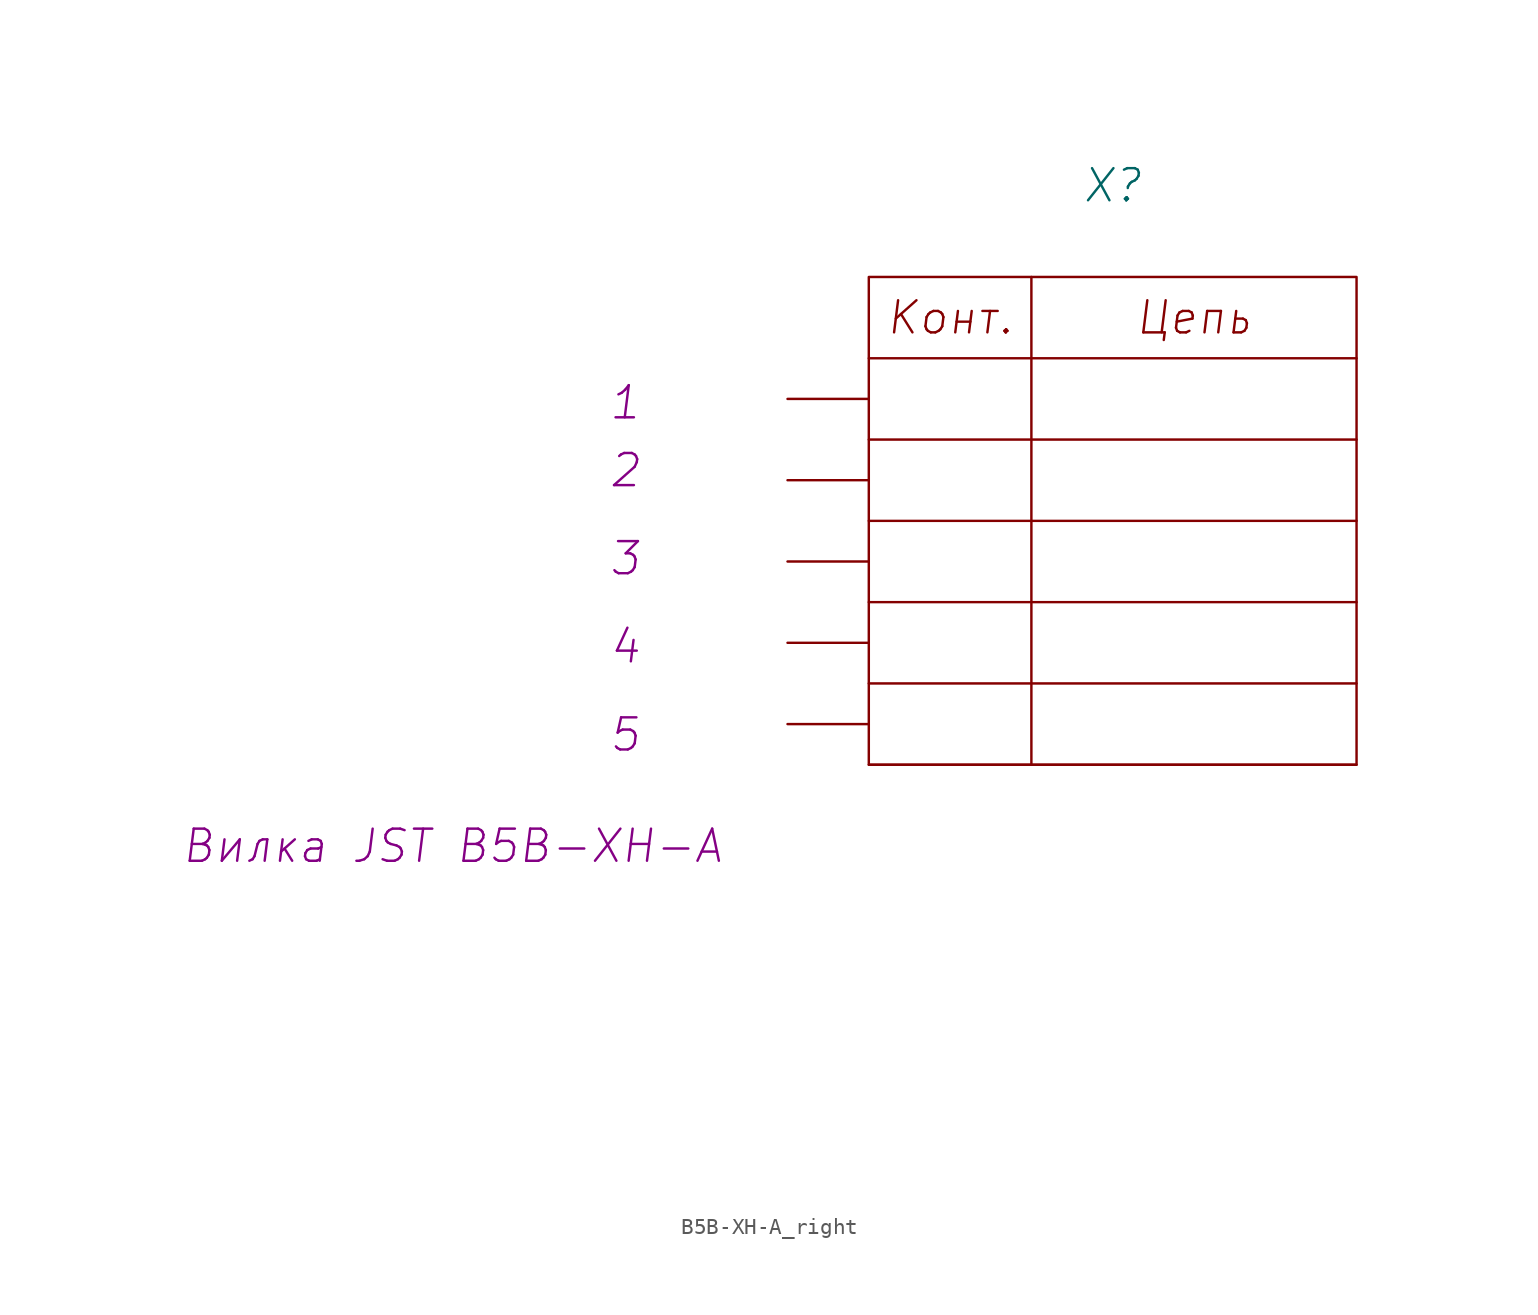
<source format=kicad_sym>
(kicad_symbol_lib
  (version 20210619)
  (generator kicad_symbol_editor)
  (symbol "my_Library:B5B-XH-A_right"
    (pin_numbers hide)
    (pin_names
      (offset 0) hide)
    (property "Reference" "X"
      (at 20.32 13.335 0)
      (effects (font (size 2.007 2.007) italic)))
    (property "ValueName" "Вилка JST B5B-XH-A"
      (at -20.955 -27.94 0)
      (effects (font (size 2.007 2.007) italic)))
    (property "PIN1" "1"
      (at -10.16 -0.227 0)
      (effects (font (size 2.007 2.007) italic)))
    (property "PIN2" "2"
      (at -10.16 -4.464 0)
      (effects (font (size 2.007 2.007) italic)))
    (property "PIN3" "3"
      (at -10.16 -9.971 0)
      (effects (font (size 2.007 2.007) italic)))
    (property "PIN4" "4"
      (at -10.16 -15.478 0)
      (effects (font (size 2.007 2.007) italic)))
    (property "PIN5" "5"
      (at -10.16 -20.985 0)
      (effects (font (size 2.007 2.007) italic)))
    (property "PIN6" ""
      (at -36.195 -27.432 0)
      (effects (font (size 2.007 2.007) italic) (justify left)))
    (property "PIN7" ""
      (at -36.195 -31.669 0)
      (effects (font (size 2.007 2.007) italic) (justify left)))
    (property "PIN8" ""
      (at -36.195 -35.906 0)
      (effects (font (size 2.007 2.007) italic) (justify left)))
    (property "PIN9" ""
      (at -36.195 -40.143 0)
      (effects (font (size 2.007 2.007) italic) (justify left)))
    (property "PIN10" ""
      (at -36.195 -44.38 0)
      (effects (font (size 2.007 2.007) italic) (justify left)))
    (symbol "B5B-XH-A_right_0_0"
      (rectangle (start 5.08 7.62) (end 35.56 -22.86) (stroke (width 0)) (fill (type none)))
      (polyline (pts (xy 15.24 7.62) (xy 15.24 -22.86)) (stroke (width 0)) (fill (type none)))
      (polyline (pts (xy 35.56 -22.86) (xy 5.08 -22.86)) (stroke (width 0)) (fill (type none)))
      (polyline (pts (xy 35.56 -17.78) (xy 5.08 -17.78)) (stroke (width 0)) (fill (type none)))
      (polyline (pts (xy 35.56 -12.7) (xy 5.08 -12.7)) (stroke (width 0)) (fill (type none)))
      (polyline (pts (xy 35.56 -7.62) (xy 5.08 -7.62)) (stroke (width 0)) (fill (type none)))
      (polyline (pts (xy 35.56 -2.54) (xy 5.08 -2.54)) (stroke (width 0)) (fill (type none)))
      (polyline (pts (xy 35.56 2.54) (xy 5.08 2.54)) (stroke (width 0)) (fill (type none))))
    (symbol "B5B-XH-A_right_1_1"
      (text "Конт." (at 10.16 5.08 0) (effects (font (size 2.007 2.007) italic)))
      (text "Цепь" (at 25.4 5.08 0) (effects (font (size 2.007 2.007) italic)))
      (pin passive line (at 0 0 0) (length 5.08) (name "1" (effects (font (size 2.007 2.007)))) (number "1" (effects (font (size 2.007 2.007)))))
      (pin passive line (at 0 -5.08 0) (length 5.08) (name "2" (effects (font (size 2.007 2.007)))) (number "2" (effects (font (size 2.007 2.007)))))
      (pin passive line (at 0 -10.16 0) (length 5.08) (name "3" (effects (font (size 2.007 2.007)))) (number "3" (effects (font (size 2.007 2.007)))))
      (pin passive line (at 0 -15.24 0) (length 5.08) (name "4" (effects (font (size 2.007 2.007)))) (number "4" (effects (font (size 2.007 2.007)))))
      (pin passive line (at 0 -20.32 0) (length 5.08) (name "5" (effects (font (size 2.007 2.007)))) (number "5" (effects (font (size 2.007 2.007))))))))
</source>
